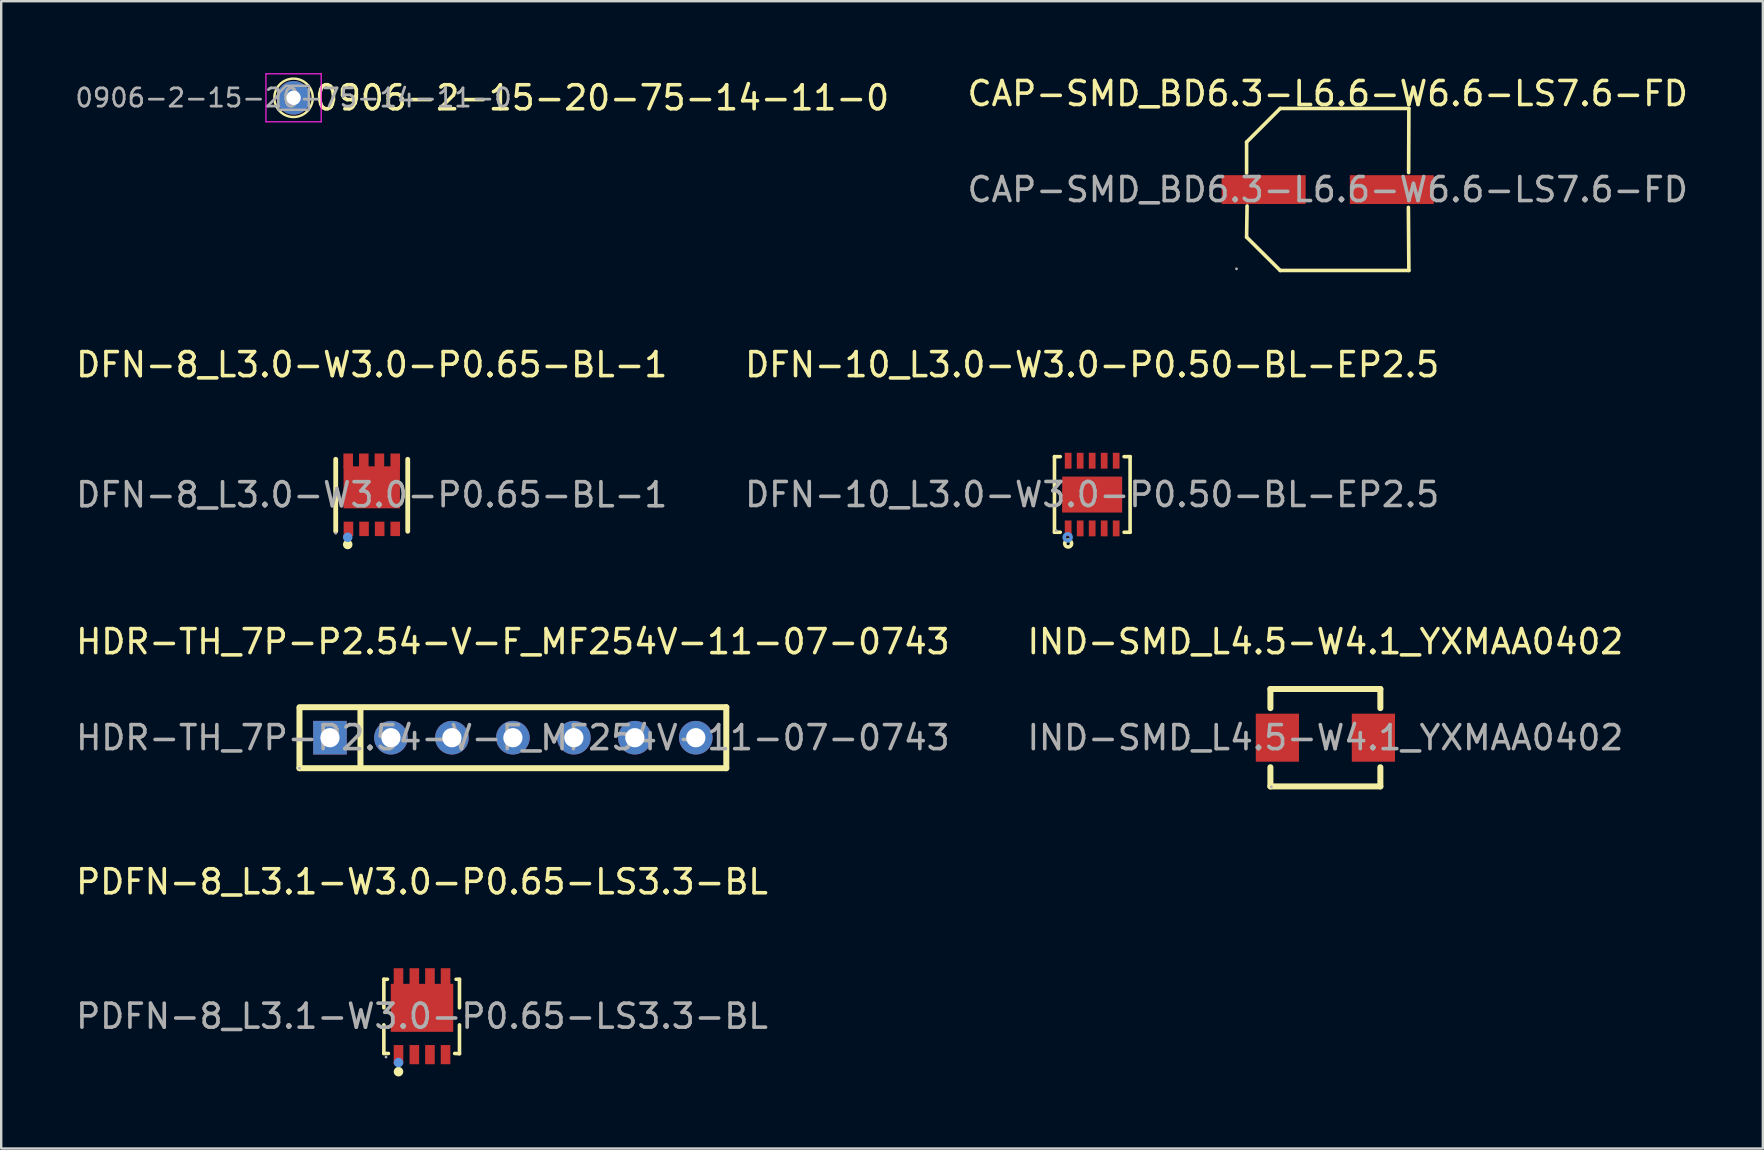
<source format=kicad_pcb>
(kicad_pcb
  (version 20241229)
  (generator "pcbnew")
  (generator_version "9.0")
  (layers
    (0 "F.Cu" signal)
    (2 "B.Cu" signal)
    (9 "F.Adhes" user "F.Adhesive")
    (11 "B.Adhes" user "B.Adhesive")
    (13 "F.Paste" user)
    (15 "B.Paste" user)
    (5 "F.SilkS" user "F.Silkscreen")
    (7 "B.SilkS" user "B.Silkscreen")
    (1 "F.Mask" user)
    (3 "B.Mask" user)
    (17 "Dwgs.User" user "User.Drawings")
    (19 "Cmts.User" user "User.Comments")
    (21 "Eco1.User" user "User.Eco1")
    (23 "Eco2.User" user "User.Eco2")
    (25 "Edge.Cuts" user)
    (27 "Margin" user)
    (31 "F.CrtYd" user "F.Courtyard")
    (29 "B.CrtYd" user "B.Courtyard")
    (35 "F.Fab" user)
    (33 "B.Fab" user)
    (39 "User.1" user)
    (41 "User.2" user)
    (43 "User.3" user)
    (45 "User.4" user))
  (footprint "0906-2-15-20-75-14-11-0"
    (layer "F.Cu")
    (at 9.179 1.025)
    (property "Reference" "0906-2-15-20-75-14-11-0" (at 0.8 0 0) (layer "F.SilkS") (effects (font (size 1 1) (thickness 0.15)) (justify left)))
    (attr through_hole allow_missing_courtyard)
    (fp_circle (center 0 0) (end 0.8 0) (stroke (width 0.1) (type default)) (fill no) (layer "F.SilkS"))
    (fp_line (start -1.15 -1) (end -1.15 1) (stroke (width 0.05) (type solid)) (layer "F.CrtYd"))
    (fp_line (start -1.15 1) (end 1.15 1) (stroke (width 0.05) (type solid)) (layer "F.CrtYd"))
    (fp_line (start 1.15 -1) (end -1.15 -1) (stroke (width 0.05) (type solid)) (layer "F.CrtYd"))
    (fp_line (start 1.15 1) (end 1.15 -1) (stroke (width 0.05) (type solid)) (layer "F.CrtYd"))
    (fp_line (start -0.635 -0.182) (end -0.318 -0.5) (stroke (width 0.1) (type solid)) (layer "F.Fab"))
    (fp_line (start -0.635 0.5) (end -0.635 -0.182) (stroke (width 0.1) (type solid)) (layer "F.Fab"))
    (fp_line (start -0.318 -0.5) (end 0.635 -0.5) (stroke (width 0.1) (type solid)) (layer "F.Fab"))
    (fp_line (start 0.635 -0.5) (end 0.635 0.5) (stroke (width 0.1) (type solid)) (layer "F.Fab"))
    (fp_line (start 0.635 0.5) (end -0.635 0.5) (stroke (width 0.1) (type solid)) (layer "F.Fab"))
    (fp_text user "${REFERENCE}" (at 0 0 180) (layer "F.Fab") (effects (font (size 0.76 0.76) (thickness 0.114))))
    (pad "1" thru_hole circle (at 0 0) (size 1.4 1.4) (drill 0.6) (layers "*.Cu" "*.Mask" "F.Paste")))
  (footprint "CAP-SMD_BD6.3-L6.6-W6.6-LS7.6-FD"
    (layer "F.Cu")
    (at 52.259 4.848)
    (property "Reference" "CAP-SMD_BD6.3-L6.6-W6.6-LS7.6-FD" (at 0 -4 0) (layer "F.SilkS") (effects (font (size 1 1) (thickness 0.15))))
    (attr smd)
    (fp_line (start -3.38 -1.98) (end -3.38 -0.69) (stroke (width 0.15) (type solid)) (layer "F.SilkS"))
    (fp_line (start -3.38 1.98) (end -3.36 0.68) (stroke (width 0.15) (type solid)) (layer "F.SilkS"))
    (fp_line (start -1.98 -3.38) (end -3.38 -1.98) (stroke (width 0.15) (type solid)) (layer "F.SilkS"))
    (fp_line (start -1.98 3.37) (end -3.38 1.98) (stroke (width 0.15) (type solid)) (layer "F.SilkS"))
    (fp_line (start 3.36 0.74) (end 3.38 3.37) (stroke (width 0.15) (type solid)) (layer "F.SilkS"))
    (fp_line (start 3.37 -0.71) (end 3.38 -3.38) (stroke (width 0.15) (type solid)) (layer "F.SilkS"))
    (fp_line (start 3.38 -3.38) (end -1.98 -3.38) (stroke (width 0.15) (type solid)) (layer "F.SilkS"))
    (fp_line (start 3.38 3.37) (end -1.98 3.37) (stroke (width 0.15) (type solid)) (layer "F.SilkS"))
    (fp_circle (center -3.8 3.3) (end -3.77 3.3) (stroke (width 0.06) (type solid)) (fill no) (layer "F.Fab"))
    (fp_text user "${REFERENCE}" (at 0 0 0) (layer "F.Fab") (effects (font (size 1 1) (thickness 0.15))))
    (pad "1" smd rect (at -2.67 0) (size 3.5 1.2) (layers "F.Cu" "F.Mask" "F.Paste"))
    (pad "2" smd rect (at 2.67 0) (size 3.5 1.2) (layers "F.Cu" "F.Mask" "F.Paste")))
  (footprint "IND-SMD_L4.5-W4.1_YXMAA0402"
    (layer "F.Cu")
    (at 52.161 27.68)
    (property "Reference" "IND-SMD_L4.5-W4.1_YXMAA0402" (at 0 -4 0) (layer "F.SilkS") (effects (font (size 1 1) (thickness 0.15))))
    (attr smd)
    (fp_line (start -2.29 -2.03) (end 2.29 -2.03) (stroke (width 0.25) (type solid)) (layer "F.SilkS"))
    (fp_line (start -2.29 -1.23) (end -2.29 -2.03) (stroke (width 0.25) (type solid)) (layer "F.SilkS"))
    (fp_line (start -2.29 2.03) (end -2.29 1.23) (stroke (width 0.25) (type solid)) (layer "F.SilkS"))
    (fp_line (start 2.29 -2.03) (end 2.29 -1.23) (stroke (width 0.25) (type solid)) (layer "F.SilkS"))
    (fp_line (start 2.29 1.23) (end 2.29 2.03) (stroke (width 0.25) (type solid)) (layer "F.SilkS"))
    (fp_line (start 2.29 2.03) (end -2.29 2.03) (stroke (width 0.25) (type solid)) (layer "F.SilkS"))
    (fp_circle (center -2.25 2.05) (end -2.22 2.05) (stroke (width 0.06) (type solid)) (fill no) (layer "F.Fab"))
    (fp_text user "${REFERENCE}" (at 0 0 0) (layer "F.Fab") (effects (font (size 1 1) (thickness 0.15))))
    (pad "1" smd rect (at -2 0 90) (size 2 1.8) (layers "F.Cu" "F.Mask" "F.Paste"))
    (pad "2" smd rect (at 2 0 90) (size 2 1.8) (layers "F.Cu" "F.Mask" "F.Paste")))
  (footprint "PDFN-8_L3.1-W3.0-P0.65-LS3.3-BL"
    (layer "F.Cu")
    (at 14.53 39.283)
    (property "Reference" "PDFN-8_L3.1-W3.0-P0.65-LS3.3-BL" (at 0 -5.6 0) (layer "F.SilkS") (effects (font (size 1 1) (thickness 0.15))))
    (attr smd)
    (fp_line (start -1.59 -1.54) (end -1.44 -1.54) (stroke (width 0.15) (type solid)) (layer "F.SilkS"))
    (fp_line (start -1.59 -0.35) (end -1.59 -1.54) (stroke (width 0.15) (type solid)) (layer "F.SilkS"))
    (fp_line (start -1.59 1.55) (end -1.59 0.36) (stroke (width 0.15) (type solid)) (layer "F.SilkS"))
    (fp_line (start -1.59 1.55) (end -1.4 1.55) (stroke (width 0.15) (type solid)) (layer "F.SilkS"))
    (fp_line (start 1.36 1.55) (end 1.56 1.56) (stroke (width 0.15) (type solid)) (layer "F.SilkS"))
    (fp_line (start 1.42 -1.54) (end 1.56 -1.54) (stroke (width 0.15) (type solid)) (layer "F.SilkS"))
    (fp_line (start 1.56 -1.54) (end 1.56 -0.35) (stroke (width 0.15) (type solid)) (layer "F.SilkS"))
    (fp_line (start 1.56 0.36) (end 1.56 1.56) (stroke (width 0.15) (type solid)) (layer "F.SilkS"))
    (fp_circle (center -0.98 2.31) (end -0.88 2.31) (stroke (width 0.2) (type solid)) (fill no) (layer "F.SilkS"))
    (fp_circle (center -0.98 1.93) (end -0.88 1.93) (stroke (width 0.2) (type solid)) (fill no) (layer "Cmts.User"))
    (fp_circle (center -1.5 1.7) (end -1.47 1.7) (stroke (width 0.06) (type solid)) (fill no) (layer "F.Fab"))
    (fp_text user "${REFERENCE}" (at 0 0 0) (layer "F.Fab") (effects (font (size 1 1) (thickness 0.15))))
    (pad "1" smd rect (at -0.98 1.6) (size 0.4 0.8) (layers "F.Cu" "F.Mask" "F.Paste"))
    (pad "2" smd rect (at -0.32 1.6) (size 0.4 0.8) (layers "F.Cu" "F.Mask" "F.Paste"))
    (pad "3" smd rect (at 0.33 1.6) (size 0.4 0.8) (layers "F.Cu" "F.Mask" "F.Paste"))
    (pad "4" smd rect (at 0.98 1.6) (size 0.4 0.8) (layers "F.Cu" "F.Mask" "F.Paste"))
    (pad "5" smd rect (at 0.98 -1.6 180) (size 0.4 0.8) (layers "F.Cu" "F.Mask" "F.Paste"))
    (pad "6" smd rect (at 0.33 -1.6 180) (size 0.4 0.8) (layers "F.Cu" "F.Mask" "F.Paste"))
    (pad "7" smd rect (at -0.32 -1.6 180) (size 0.4 0.8) (layers "F.Cu" "F.Mask" "F.Paste"))
    (pad "8" smd rect (at -0.98 -1.6 180) (size 0.4 0.8) (layers "F.Cu" "F.Mask" "F.Paste"))
    (pad "9" smd rect (at 0 -0.35) (size 2.6 2) (layers "F.Cu" "F.Mask" "F.Paste")))
  (footprint "DFN-8_L3.0-W3.0-P0.65-BL-1"
    (layer "F.Cu")
    (at 12.435 17.561)
    (property "Reference" "DFN-8_L3.0-W3.0-P0.65-BL-1" (at 0 -5.42 0) (layer "F.SilkS") (effects (font (size 1 1) (thickness 0.15))))
    (attr smd)
    (fp_line (start -1.5 -1.48) (end -1.5 1.52) (stroke (width 0.2) (type solid)) (layer "F.SilkS"))
    (fp_line (start 1.5 -1.48) (end 1.5 1.52) (stroke (width 0.2) (type solid)) (layer "F.SilkS"))
    (fp_circle (center -1 2.07) (end -0.9 2.07) (stroke (width 0.2) (type solid)) (fill no) (layer "F.SilkS"))
    (fp_circle (center -1 1.77) (end -0.9 1.77) (stroke (width 0.2) (type solid)) (fill no) (layer "Cmts.User"))
    (fp_circle (center -1.5 1.6) (end -1.47 1.6) (stroke (width 0.06) (type solid)) (fill no) (layer "F.Fab"))
    (fp_text user "${REFERENCE}" (at 0 0 0) (layer "F.Fab") (effects (font (size 1 1) (thickness 0.15))))
    (pad "1" smd rect (at -0.97 1.42 180) (size 0.4 0.6) (layers "F.Cu" "F.Mask" "F.Paste"))
    (pad "2" smd rect (at -0.32 1.42 180) (size 0.4 0.6) (layers "F.Cu" "F.Mask" "F.Paste"))
    (pad "3" smd rect (at 0.33 1.42 180) (size 0.4 0.6) (layers "F.Cu" "F.Mask" "F.Paste"))
    (pad "4" smd rect (at 0.98 1.42 180) (size 0.4 0.6) (layers "F.Cu" "F.Mask" "F.Paste"))
    (pad "5" smd rect (at -0.98 -1.42 180) (size 0.4 0.6) (layers "F.Cu" "F.Mask" "F.Paste"))
    (pad "5" smd rect (at -0.33 -1.42 180) (size 0.4 0.6) (layers "F.Cu" "F.Mask" "F.Paste"))
    (pad "5" smd rect (at 0 -0.31 270) (size 1.75 2.35) (layers "F.Cu" "F.Mask" "F.Paste"))
    (pad "5" smd rect (at 0.32 -1.42 180) (size 0.4 0.6) (layers "F.Cu" "F.Mask" "F.Paste"))
    (pad "5" smd rect (at 0.98 -1.42 180) (size 0.4 0.6) (layers "F.Cu" "F.Mask" "F.Paste")))
  (footprint "HDR-TH_7P-P2.54-V-F_MF254V-11-07-0743"
    (layer "F.Cu")
    (at 18.315 27.68)
    (property "Reference" "HDR-TH_7P-P2.54-V-F_MF254V-11-07-0743" (at 0 -4 0) (layer "F.SilkS") (effects (font (size 1 1) (thickness 0.15))))
    (attr through_hole)
    (fp_line (start -8.89 -1.27) (end 8.89 -1.27) (stroke (width 0.25) (type solid)) (layer "F.SilkS"))
    (fp_line (start -8.89 1.27) (end -8.89 -1.22) (stroke (width 0.25) (type solid)) (layer "F.SilkS"))
    (fp_line (start -6.35 -1.15) (end -6.35 1.14) (stroke (width 0.25) (type solid)) (layer "F.SilkS"))
    (fp_line (start 8.89 -1.27) (end 8.89 1.27) (stroke (width 0.25) (type solid)) (layer "F.SilkS"))
    (fp_line (start 8.89 1.27) (end -8.89 1.27) (stroke (width 0.25) (type solid)) (layer "F.SilkS"))
    (fp_circle (center -8.89 1.27) (end -8.86 1.27) (stroke (width 0.06) (type solid)) (fill no) (layer "F.Fab"))
    (fp_circle (center -7.62 0) (end -7.5 0) (stroke (width 0.25) (type solid)) (fill no) (layer "F.Fab"))
    (fp_circle (center -5.08 0) (end -4.96 0) (stroke (width 0.25) (type solid)) (fill no) (layer "F.Fab"))
    (fp_circle (center -2.54 0) (end -2.42 0) (stroke (width 0.25) (type solid)) (fill no) (layer "F.Fab"))
    (fp_circle (center 0 0) (end 0.12 0) (stroke (width 0.25) (type solid)) (fill no) (layer "F.Fab"))
    (fp_circle (center 2.54 0) (end 2.66 0) (stroke (width 0.25) (type solid)) (fill no) (layer "F.Fab"))
    (fp_circle (center 5.08 0) (end 5.2 0) (stroke (width 0.25) (type solid)) (fill no) (layer "F.Fab"))
    (fp_circle (center 7.62 0) (end 7.74 0) (stroke (width 0.25) (type solid)) (fill no) (layer "F.Fab"))
    (fp_text user "${REFERENCE}" (at 0 0 0) (layer "F.Fab") (effects (font (size 1 1) (thickness 0.15))))
    (pad "1" thru_hole rect (at -7.62 0) (size 1.4 1.4) (drill 0.8) (layers "*.Cu" "*.Mask"))
    (pad "2" thru_hole circle (at -5.08 0) (size 1.4 1.4) (drill 0.8) (layers "*.Cu" "*.Mask"))
    (pad "3" thru_hole circle (at -2.54 0) (size 1.4 1.4) (drill 0.8) (layers "*.Cu" "*.Mask"))
    (pad "4" thru_hole circle (at 0 0) (size 1.4 1.4) (drill 0.8) (layers "*.Cu" "*.Mask"))
    (pad "5" thru_hole circle (at 2.54 0) (size 1.4 1.4) (drill 0.8) (layers "*.Cu" "*.Mask"))
    (pad "6" thru_hole circle (at 5.08 0) (size 1.4 1.4) (drill 0.8) (layers "*.Cu" "*.Mask"))
    (pad "7" thru_hole circle (at 7.62 0) (size 1.4 1.4) (drill 0.8) (layers "*.Cu" "*.Mask")))
  (footprint "DFN-10_L3.0-W3.0-P0.50-BL-EP2.5"
    (layer "F.Cu")
    (at 42.446 17.552)
    (property "Reference" "DFN-10_L3.0-W3.0-P0.50-BL-EP2.5" (at 0 -5.41 0) (layer "F.SilkS") (effects (font (size 1 1) (thickness 0.15))))
    (attr smd)
    (fp_line (start -1.57 -1.58) (end -1.33 -1.58) (stroke (width 0.15) (type solid)) (layer "F.SilkS"))
    (fp_line (start -1.57 1.57) (end -1.57 -1.58) (stroke (width 0.15) (type solid)) (layer "F.SilkS"))
    (fp_line (start -1.33 1.57) (end -1.57 1.57) (stroke (width 0.15) (type solid)) (layer "F.SilkS"))
    (fp_line (start 1.33 1.57) (end 1.58 1.57) (stroke (width 0.15) (type solid)) (layer "F.SilkS"))
    (fp_line (start 1.58 -1.58) (end 1.33 -1.58) (stroke (width 0.15) (type solid)) (layer "F.SilkS"))
    (fp_line (start 1.58 1.57) (end 1.58 -1.58) (stroke (width 0.15) (type solid)) (layer "F.SilkS"))
    (fp_circle (center -1 2.04) (end -0.93 2.04) (stroke (width 0.15) (type solid)) (fill no) (layer "F.SilkS"))
    (fp_circle (center -1.02 1.78) (end -0.95 1.78) (stroke (width 0.15) (type solid)) (fill no) (layer "Cmts.User"))
    (fp_circle (center -1.5 1.5) (end -1.47 1.5) (stroke (width 0.06) (type solid)) (fill no) (layer "F.Fab"))
    (fp_text user "${REFERENCE}" (at 0 0 0) (layer "F.Fab") (effects (font (size 1 1) (thickness 0.15))))
    (pad "1" smd rect (at -1 1.41) (size 0.28 0.66) (layers "F.Cu" "F.Mask" "F.Paste"))
    (pad "2" smd rect (at -0.5 1.41) (size 0.28 0.66) (layers "F.Cu" "F.Mask" "F.Paste"))
    (pad "3" smd rect (at 0 1.41) (size 0.28 0.66) (layers "F.Cu" "F.Mask" "F.Paste"))
    (pad "4" smd rect (at 0.5 1.41) (size 0.28 0.66) (layers "F.Cu" "F.Mask" "F.Paste"))
    (pad "5" smd rect (at 1 1.41) (size 0.28 0.66) (layers "F.Cu" "F.Mask" "F.Paste"))
    (pad "6" smd rect (at 1 -1.41) (size 0.28 0.66) (layers "F.Cu" "F.Mask" "F.Paste"))
    (pad "7" smd rect (at 0.5 -1.41) (size 0.28 0.66) (layers "F.Cu" "F.Mask" "F.Paste"))
    (pad "8" smd rect (at 0 -1.41) (size 0.28 0.66) (layers "F.Cu" "F.Mask" "F.Paste"))
    (pad "9" smd rect (at -0.5 -1.41) (size 0.28 0.66) (layers "F.Cu" "F.Mask" "F.Paste"))
    (pad "10" smd rect (at -1 -1.41) (size 0.28 0.66) (layers "F.Cu" "F.Mask" "F.Paste"))
    (pad "11" smd rect (at 0 0) (size 2.5 1.5) (layers "F.Cu" "F.Mask" "F.Paste")))
  (gr_rect
    (start -3 -3)
    (end 70.384 44.793)
    (stroke (width 0.1) (type default))
    (fill no)
    (layer "Edge.Cuts")))
</source>
